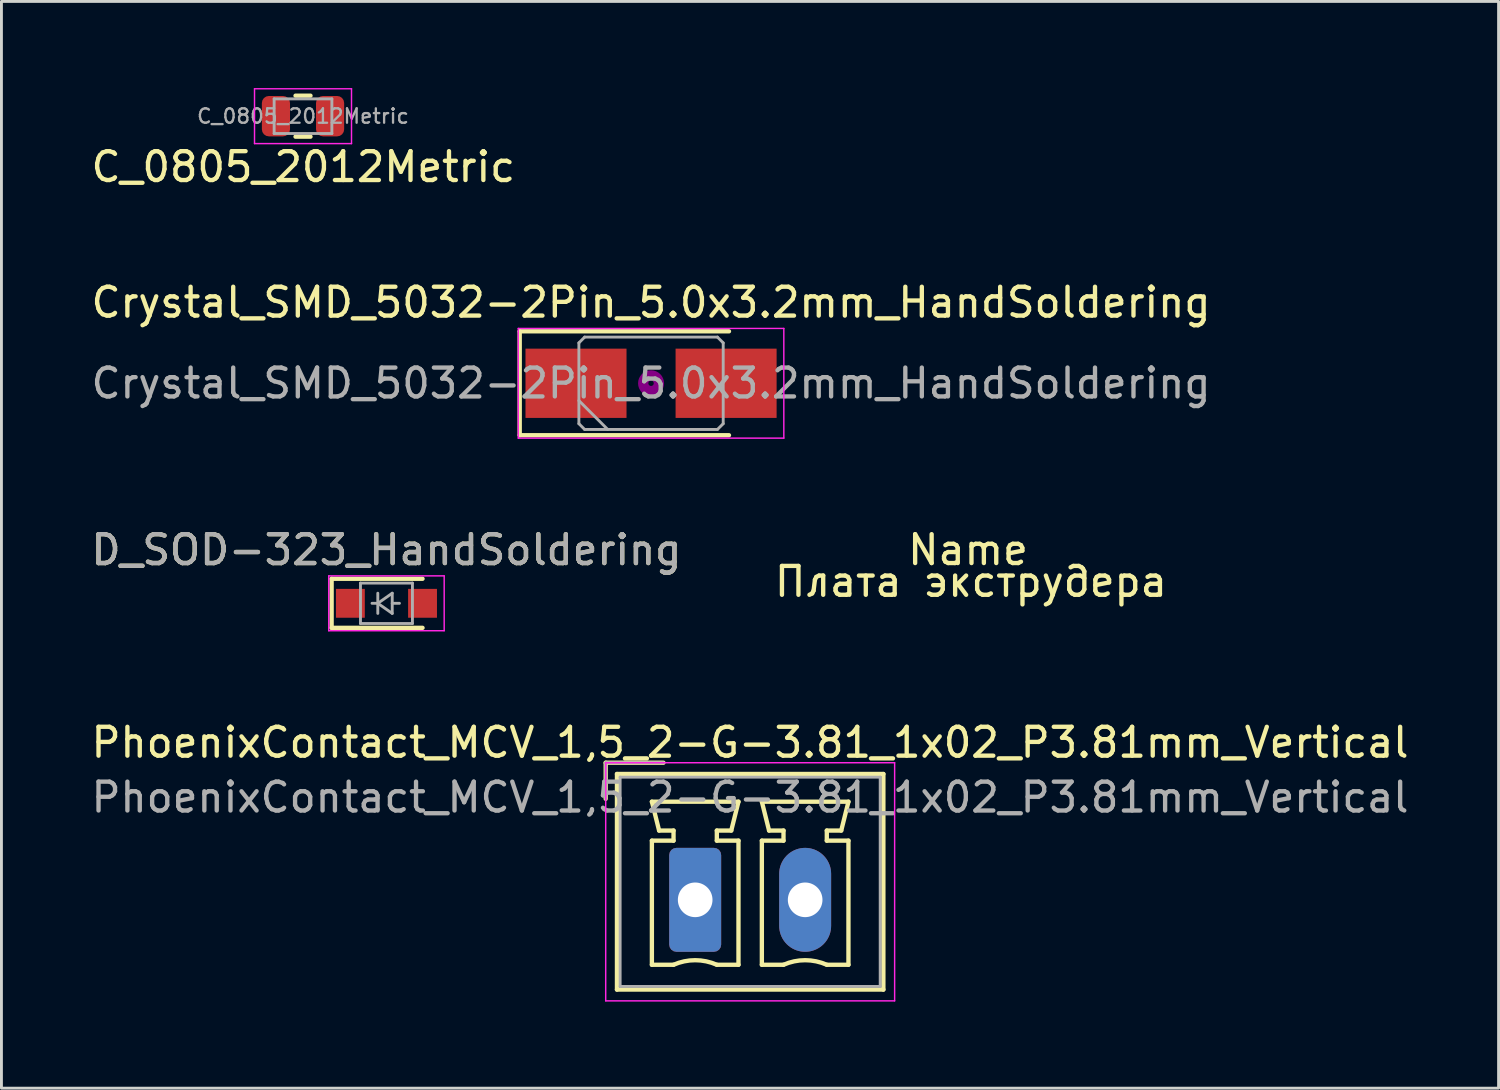
<source format=kicad_pcb>
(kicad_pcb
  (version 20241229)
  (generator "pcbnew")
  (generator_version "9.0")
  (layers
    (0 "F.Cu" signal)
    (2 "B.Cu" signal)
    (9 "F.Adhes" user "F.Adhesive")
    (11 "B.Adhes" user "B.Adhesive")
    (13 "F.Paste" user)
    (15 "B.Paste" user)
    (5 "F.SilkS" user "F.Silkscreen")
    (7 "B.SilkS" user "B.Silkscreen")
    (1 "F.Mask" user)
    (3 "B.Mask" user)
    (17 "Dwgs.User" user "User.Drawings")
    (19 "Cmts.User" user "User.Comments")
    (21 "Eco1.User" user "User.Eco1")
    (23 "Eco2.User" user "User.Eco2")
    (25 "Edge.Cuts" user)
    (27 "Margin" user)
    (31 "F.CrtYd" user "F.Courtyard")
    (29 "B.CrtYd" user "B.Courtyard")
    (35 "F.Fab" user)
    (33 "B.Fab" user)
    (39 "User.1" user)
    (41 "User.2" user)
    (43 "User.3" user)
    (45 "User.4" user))
  (footprint "Crystal_SMD_5032-2Pin_5.0x3.2mm_HandSoldering"
    (layer "F.Cu")
    (at 19.506 10.229)
    (property "Reference" "Crystal_SMD_5032-2Pin_5.0x3.2mm_HandSoldering" (at 0 -2.8 0) (layer "F.SilkS") (effects (font (size 1 1) (thickness 0.15))))
    (attr smd)
    (fp_line (start -4.55 -1.8) (end -4.55 1.8) (stroke (width 0.15) (type solid)) (layer "F.SilkS"))
    (fp_line (start -4.55 1.8) (end 2.7 1.8) (stroke (width 0.15) (type solid)) (layer "F.SilkS"))
    (fp_line (start 2.7 -1.8) (end -4.55 -1.8) (stroke (width 0.15) (type solid)) (layer "F.SilkS"))
    (fp_circle (center 0 0) (end 0.093 0) (stroke (width 0.187) (type solid)) (fill no) (layer "F.Adhes"))
    (fp_circle (center 0 0) (end 0.213 0) (stroke (width 0.133) (type solid)) (fill no) (layer "F.Adhes"))
    (fp_circle (center 0 0) (end 0.333 0) (stroke (width 0.133) (type solid)) (fill no) (layer "F.Adhes"))
    (fp_circle (center 0 0) (end 0.4 0) (stroke (width 0.1) (type solid)) (fill no) (layer "F.Adhes"))
    (fp_line (start -4.6 -1.9) (end -4.6 1.9) (stroke (width 0.05) (type solid)) (layer "F.CrtYd"))
    (fp_line (start -4.6 1.9) (end 4.6 1.9) (stroke (width 0.05) (type solid)) (layer "F.CrtYd"))
    (fp_line (start 4.6 -1.9) (end -4.6 -1.9) (stroke (width 0.05) (type solid)) (layer "F.CrtYd"))
    (fp_line (start 4.6 1.9) (end 4.6 -1.9) (stroke (width 0.05) (type solid)) (layer "F.CrtYd"))
    (fp_line (start -2.5 -1.4) (end -2.3 -1.6) (stroke (width 0.1) (type solid)) (layer "F.Fab"))
    (fp_line (start -2.5 0.6) (end -1.5 1.6) (stroke (width 0.1) (type solid)) (layer "F.Fab"))
    (fp_line (start -2.5 1.4) (end -2.5 -1.4) (stroke (width 0.1) (type solid)) (layer "F.Fab"))
    (fp_line (start -2.3 -1.6) (end 2.3 -1.6) (stroke (width 0.1) (type solid)) (layer "F.Fab"))
    (fp_line (start -2.3 1.6) (end -2.5 1.4) (stroke (width 0.1) (type solid)) (layer "F.Fab"))
    (fp_line (start 2.3 -1.6) (end 2.5 -1.4) (stroke (width 0.1) (type solid)) (layer "F.Fab"))
    (fp_line (start 2.3 1.6) (end -2.3 1.6) (stroke (width 0.1) (type solid)) (layer "F.Fab"))
    (fp_line (start 2.5 -1.4) (end 2.5 1.4) (stroke (width 0.1) (type solid)) (layer "F.Fab"))
    (fp_line (start 2.5 1.4) (end 2.3 1.6) (stroke (width 0.1) (type solid)) (layer "F.Fab"))
    (fp_text user "${REFERENCE}" (at 0 0 0) (layer "F.Fab") (effects (font (size 1 1) (thickness 0.15))))
    (pad "1" smd rect (at -2.6 0) (size 3.5 2.4) (layers "F.Cu" "F.Mask" "F.Paste"))
    (pad "2" smd rect (at 2.6 0) (size 3.5 2.4) (layers "F.Cu" "F.Mask" "F.Paste")))
  (footprint "C_0805_2012Metric"
    (layer "F.Cu")
    (at 7.448 0.975)
    (property "Reference" "C_0805_2012Metric" (at 0.01 1.757 180) (layer "F.SilkS") (effects (font (size 1 1) (thickness 0.15))))
    (attr smd)
    (fp_line (start -0.259 -0.71) (end 0.259 -0.71) (stroke (width 0.15) (type solid)) (layer "F.SilkS"))
    (fp_line (start -0.259 0.71) (end 0.259 0.71) (stroke (width 0.15) (type solid)) (layer "F.SilkS"))
    (fp_line (start -1.68 -0.95) (end 1.68 -0.95) (stroke (width 0.05) (type solid)) (layer "F.CrtYd"))
    (fp_line (start -1.68 0.95) (end -1.68 -0.95) (stroke (width 0.05) (type solid)) (layer "F.CrtYd"))
    (fp_line (start 1.68 -0.95) (end 1.68 0.95) (stroke (width 0.05) (type solid)) (layer "F.CrtYd"))
    (fp_line (start 1.68 0.95) (end -1.68 0.95) (stroke (width 0.05) (type solid)) (layer "F.CrtYd"))
    (fp_line (start -1 -0.6) (end 1 -0.6) (stroke (width 0.1) (type solid)) (layer "F.Fab"))
    (fp_line (start -1 0.6) (end -1 -0.6) (stroke (width 0.1) (type solid)) (layer "F.Fab"))
    (fp_line (start 1 -0.6) (end 1 0.6) (stroke (width 0.1) (type solid)) (layer "F.Fab"))
    (fp_line (start 1 0.6) (end -1 0.6) (stroke (width 0.1) (type solid)) (layer "F.Fab"))
    (fp_text user "${REFERENCE}" (at 0 0 180) (layer "F.Fab") (effects (font (size 0.5 0.5) (thickness 0.08))))
    (pad "1" smd roundrect (at -0.938 0) (size 0.975 1.4) (layers "F.Cu" "F.Mask" "F.Paste") (roundrect_rratio 0.25))
    (pad "2" smd roundrect (at 0.938 0) (size 0.975 1.4) (layers "F.Cu" "F.Mask" "F.Paste") (roundrect_rratio 0.25)))
  (footprint "D_SOD-323_HandSoldering"
    (layer "F.Cu")
    (at 10.339 17.852)
    (property "Reference" "D_SOD-323_HandSoldering" (at 0 -1.85 0) (layer "F.SilkS") (effects (font (size 1 1) (thickness 0.15))))
    (attr smd)
    (fp_line (start -1.9 -0.85) (end -1.9 0.85) (stroke (width 0.15) (type solid)) (layer "F.SilkS"))
    (fp_line (start -1.9 -0.85) (end 1.25 -0.85) (stroke (width 0.15) (type solid)) (layer "F.SilkS"))
    (fp_line (start -1.9 0.85) (end 1.25 0.85) (stroke (width 0.15) (type solid)) (layer "F.SilkS"))
    (fp_line (start -2 -0.95) (end -2 0.95) (stroke (width 0.05) (type solid)) (layer "F.CrtYd"))
    (fp_line (start -2 -0.95) (end 2 -0.95) (stroke (width 0.05) (type solid)) (layer "F.CrtYd"))
    (fp_line (start -2 0.95) (end 2 0.95) (stroke (width 0.05) (type solid)) (layer "F.CrtYd"))
    (fp_line (start 2 -0.95) (end 2 0.95) (stroke (width 0.05) (type solid)) (layer "F.CrtYd"))
    (fp_line (start -0.9 -0.7) (end 0.9 -0.7) (stroke (width 0.1) (type solid)) (layer "F.Fab"))
    (fp_line (start -0.9 0.7) (end -0.9 -0.7) (stroke (width 0.1) (type solid)) (layer "F.Fab"))
    (fp_line (start -0.3 -0.35) (end -0.3 0.35) (stroke (width 0.1) (type solid)) (layer "F.Fab"))
    (fp_line (start -0.3 0) (end -0.5 0) (stroke (width 0.1) (type solid)) (layer "F.Fab"))
    (fp_line (start -0.3 0) (end 0.2 -0.35) (stroke (width 0.1) (type solid)) (layer "F.Fab"))
    (fp_line (start 0.2 -0.35) (end 0.2 0.35) (stroke (width 0.1) (type solid)) (layer "F.Fab"))
    (fp_line (start 0.2 0) (end 0.45 0) (stroke (width 0.1) (type solid)) (layer "F.Fab"))
    (fp_line (start 0.2 0.35) (end -0.3 0) (stroke (width 0.1) (type solid)) (layer "F.Fab"))
    (fp_line (start 0.9 -0.7) (end 0.9 0.7) (stroke (width 0.1) (type solid)) (layer "F.Fab"))
    (fp_line (start 0.9 0.7) (end -0.9 0.7) (stroke (width 0.1) (type solid)) (layer "F.Fab"))
    (fp_text user "${REFERENCE}" (at 0 -1.85 0) (layer "F.Fab") (effects (font (size 1 1) (thickness 0.15))))
    (pad "1" smd rect (at 1.25 0) (size 1 1) (layers "F.Cu" "F.Mask" "F.Paste"))
    (pad "2" smd rect (at -1.25 0) (size 1 1) (layers "F.Cu" "F.Mask" "F.Paste")))
  (footprint "PhoenixContact_MCV_1,5_2-G-3.81_1x02_P3.81mm_Vertical"
    (layer "F.Cu")
    (at 21.035 28.125)
    (property "Reference" "PhoenixContact_MCV_1,5_2-G-3.81_1x02_P3.81mm_Vertical" (at 1.9 -5.45 0) (layer "F.SilkS") (effects (font (size 1 1) (thickness 0.15))))
    (attr through_hole)
    (fp_line (start -3.1 -4.75) (end -1.1 -4.75) (stroke (width 0.15) (type solid)) (layer "F.SilkS"))
    (fp_line (start -3.1 -3.5) (end -3.1 -4.75) (stroke (width 0.15) (type solid)) (layer "F.SilkS"))
    (fp_line (start -2.71 -4.36) (end -2.71 3.11) (stroke (width 0.15) (type solid)) (layer "F.SilkS"))
    (fp_line (start -2.71 3.11) (end 6.52 3.11) (stroke (width 0.15) (type solid)) (layer "F.SilkS"))
    (fp_line (start -1.5 -3.4) (end 1.5 -3.4) (stroke (width 0.15) (type solid)) (layer "F.SilkS"))
    (fp_line (start -1.5 -2.05) (end -0.75 -2.05) (stroke (width 0.15) (type solid)) (layer "F.SilkS"))
    (fp_line (start -1.5 2.25) (end -1.5 -2.05) (stroke (width 0.15) (type solid)) (layer "F.SilkS"))
    (fp_line (start -1.25 -2.4) (end -1.5 -3.4) (stroke (width 0.15) (type solid)) (layer "F.SilkS"))
    (fp_line (start -0.75 -2.4) (end -1.25 -2.4) (stroke (width 0.15) (type solid)) (layer "F.SilkS"))
    (fp_line (start -0.75 -2.05) (end -0.75 -2.4) (stroke (width 0.15) (type solid)) (layer "F.SilkS"))
    (fp_line (start -0.75 2.25) (end -1.5 2.25) (stroke (width 0.15) (type solid)) (layer "F.SilkS"))
    (fp_line (start 0.75 -2.4) (end 0.75 -2.05) (stroke (width 0.15) (type solid)) (layer "F.SilkS"))
    (fp_line (start 0.75 -2.05) (end 1.5 -2.05) (stroke (width 0.15) (type solid)) (layer "F.SilkS"))
    (fp_line (start 1.25 -2.4) (end 0.75 -2.4) (stroke (width 0.15) (type solid)) (layer "F.SilkS"))
    (fp_line (start 1.5 -3.4) (end 1.25 -2.4) (stroke (width 0.15) (type solid)) (layer "F.SilkS"))
    (fp_line (start 1.5 -2.05) (end 1.5 2.25) (stroke (width 0.15) (type solid)) (layer "F.SilkS"))
    (fp_line (start 1.5 2.25) (end 0.75 2.25) (stroke (width 0.15) (type solid)) (layer "F.SilkS"))
    (fp_line (start 2.31 -3.4) (end 5.31 -3.4) (stroke (width 0.15) (type solid)) (layer "F.SilkS"))
    (fp_line (start 2.31 -2.05) (end 3.06 -2.05) (stroke (width 0.15) (type solid)) (layer "F.SilkS"))
    (fp_line (start 2.31 2.25) (end 2.31 -2.05) (stroke (width 0.15) (type solid)) (layer "F.SilkS"))
    (fp_line (start 2.56 -2.4) (end 2.31 -3.4) (stroke (width 0.15) (type solid)) (layer "F.SilkS"))
    (fp_line (start 3.06 -2.4) (end 2.56 -2.4) (stroke (width 0.15) (type solid)) (layer "F.SilkS"))
    (fp_line (start 3.06 -2.05) (end 3.06 -2.4) (stroke (width 0.15) (type solid)) (layer "F.SilkS"))
    (fp_line (start 3.06 2.25) (end 2.31 2.25) (stroke (width 0.15) (type solid)) (layer "F.SilkS"))
    (fp_line (start 4.56 -2.4) (end 4.56 -2.05) (stroke (width 0.15) (type solid)) (layer "F.SilkS"))
    (fp_line (start 4.56 -2.05) (end 5.31 -2.05) (stroke (width 0.15) (type solid)) (layer "F.SilkS"))
    (fp_line (start 5.06 -2.4) (end 4.56 -2.4) (stroke (width 0.15) (type solid)) (layer "F.SilkS"))
    (fp_line (start 5.31 -3.4) (end 5.06 -2.4) (stroke (width 0.15) (type solid)) (layer "F.SilkS"))
    (fp_line (start 5.31 -2.05) (end 5.31 2.25) (stroke (width 0.15) (type solid)) (layer "F.SilkS"))
    (fp_line (start 5.31 2.25) (end 4.56 2.25) (stroke (width 0.15) (type solid)) (layer "F.SilkS"))
    (fp_line (start 6.52 -4.36) (end -2.71 -4.36) (stroke (width 0.15) (type solid)) (layer "F.SilkS"))
    (fp_line (start 6.52 3.11) (end 6.52 -4.36) (stroke (width 0.15) (type solid)) (layer "F.SilkS"))
    (fp_arc (start -0.75 2.25) (mid -0.000193 2.09191) (end 0.749647 2.249844) (stroke (width 0.15) (type solid)) (layer "F.SilkS"))
    (fp_arc (start 3.06 2.25) (mid 3.809807 2.09191) (end 4.559647 2.249844) (stroke (width 0.15) (type solid)) (layer "F.SilkS"))
    (fp_line (start -3.1 -4.75) (end -3.1 3.5) (stroke (width 0.05) (type solid)) (layer "F.CrtYd"))
    (fp_line (start -3.1 3.5) (end 6.91 3.5) (stroke (width 0.05) (type solid)) (layer "F.CrtYd"))
    (fp_line (start 6.91 -4.75) (end -3.1 -4.75) (stroke (width 0.05) (type solid)) (layer "F.CrtYd"))
    (fp_line (start 6.91 3.5) (end 6.91 -4.75) (stroke (width 0.05) (type solid)) (layer "F.CrtYd"))
    (fp_line (start -3.1 -4.75) (end -1.1 -4.75) (stroke (width 0.1) (type solid)) (layer "F.Fab"))
    (fp_line (start -3.1 -3.5) (end -3.1 -4.75) (stroke (width 0.1) (type solid)) (layer "F.Fab"))
    (fp_line (start -2.6 -4.25) (end -2.6 3) (stroke (width 0.1) (type solid)) (layer "F.Fab"))
    (fp_line (start -2.6 3) (end 6.41 3) (stroke (width 0.1) (type solid)) (layer "F.Fab"))
    (fp_line (start 6.41 -4.25) (end -2.6 -4.25) (stroke (width 0.1) (type solid)) (layer "F.Fab"))
    (fp_line (start 6.41 3) (end 6.41 -4.25) (stroke (width 0.1) (type solid)) (layer "F.Fab"))
    (fp_text user "${REFERENCE}" (at 1.9 -3.55 0) (layer "F.Fab") (effects (font (size 1 1) (thickness 0.15))))
    (pad "1" thru_hole roundrect (at 0 0) (size 1.8 3.6) (drill 1.2) (layers "*.Cu" "*.Mask") (roundrect_rratio 0.139))
    (pad "2" thru_hole oval (at 3.81 0) (size 1.8 3.6) (drill 1.2) (layers "*.Cu" "*.Mask")))
  (footprint "Name"
    (layer "F.Cu")
    (at 30.489 15.502)
    (property "Reference" "Name" (at 0 0.5 0) (layer "F.SilkS") (effects (font (size 1 1) (thickness 0.15))))
    (attr through_hole)
    (fp_text user "Плата экструдера" (at 0.1 1.6 0) (layer "F.SilkS") (effects (font (size 1 1) (thickness 0.15)))))
  (gr_rect
    (start -3 -3)
    (end 48.869 34.65)
    (stroke (width 0.1) (type default))
    (fill no)
    (layer "Edge.Cuts")))
</source>
